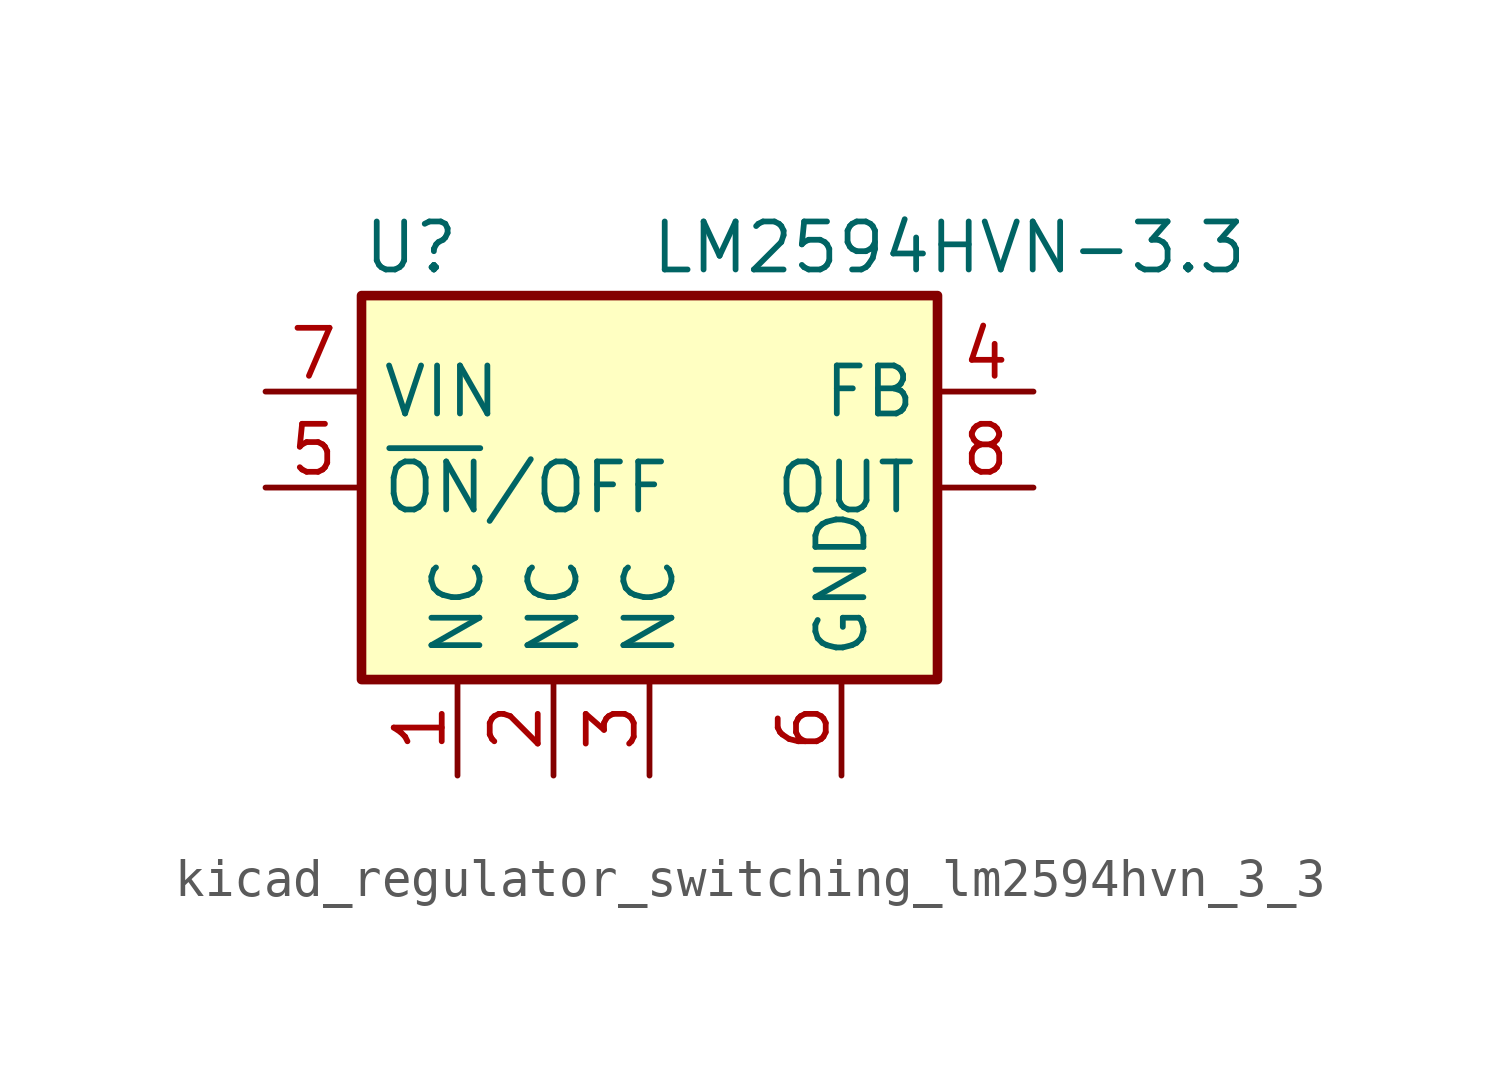
<source format=kicad_sym>
(kicad_symbol_lib
  (version 20220914)
  (generator kicad_symbol_editor)
  (symbol "kicad_regulator_switching_lm2594hvn_3_3"
    (property "Reference" "U"
      (at -7.62 6.35 0)
      (effects (font (size 1.27 1.27)) (justify left)))
    (property "Value" "LM2594HVN-3.3"
      (at 0 6.35 0)
      (effects (font (size 1.27 1.27)) (justify left)))
    (symbol "kicad_regulator_switching_lm2594hvn_3_3_0_1"
      (rectangle (start -7.62 5.08) (end 7.62 -5.08) (stroke (width 0.254) (type default)) (fill (type background))))
    (symbol "kicad_regulator_switching_lm2594hvn_3_3_1_1"
      (pin passive line (at -5.08 -7.62 90) (length 2.54) (name "NC" (effects (font (size 1.27 1.27)))) (number "1" (effects (font (size 1.27 1.27)))))
      (pin passive line (at -2.54 -7.62 90) (length 2.54) (name "NC" (effects (font (size 1.27 1.27)))) (number "2" (effects (font (size 1.27 1.27)))))
      (pin passive line (at 0 -7.62 90) (length 2.54) (name "NC" (effects (font (size 1.27 1.27)))) (number "3" (effects (font (size 1.27 1.27)))))
      (pin input line (at 10.16 2.54 180) (length 2.54) (name "FB" (effects (font (size 1.27 1.27)))) (number "4" (effects (font (size 1.27 1.27)))))
      (pin input line (at -10.16 0 0) (length 2.54) (name "~{ON}/OFF" (effects (font (size 1.27 1.27)))) (number "5" (effects (font (size 1.27 1.27)))))
      (pin power_in line (at 5.08 -7.62 90) (length 2.54) (name "GND" (effects (font (size 1.27 1.27)))) (number "6" (effects (font (size 1.27 1.27)))))
      (pin power_in line (at -10.16 2.54 0) (length 2.54) (name "VIN" (effects (font (size 1.27 1.27)))) (number "7" (effects (font (size 1.27 1.27)))))
      (pin output line (at 10.16 0 180) (length 2.54) (name "OUT" (effects (font (size 1.27 1.27)))) (number "8" (effects (font (size 1.27 1.27))))))))
</source>
